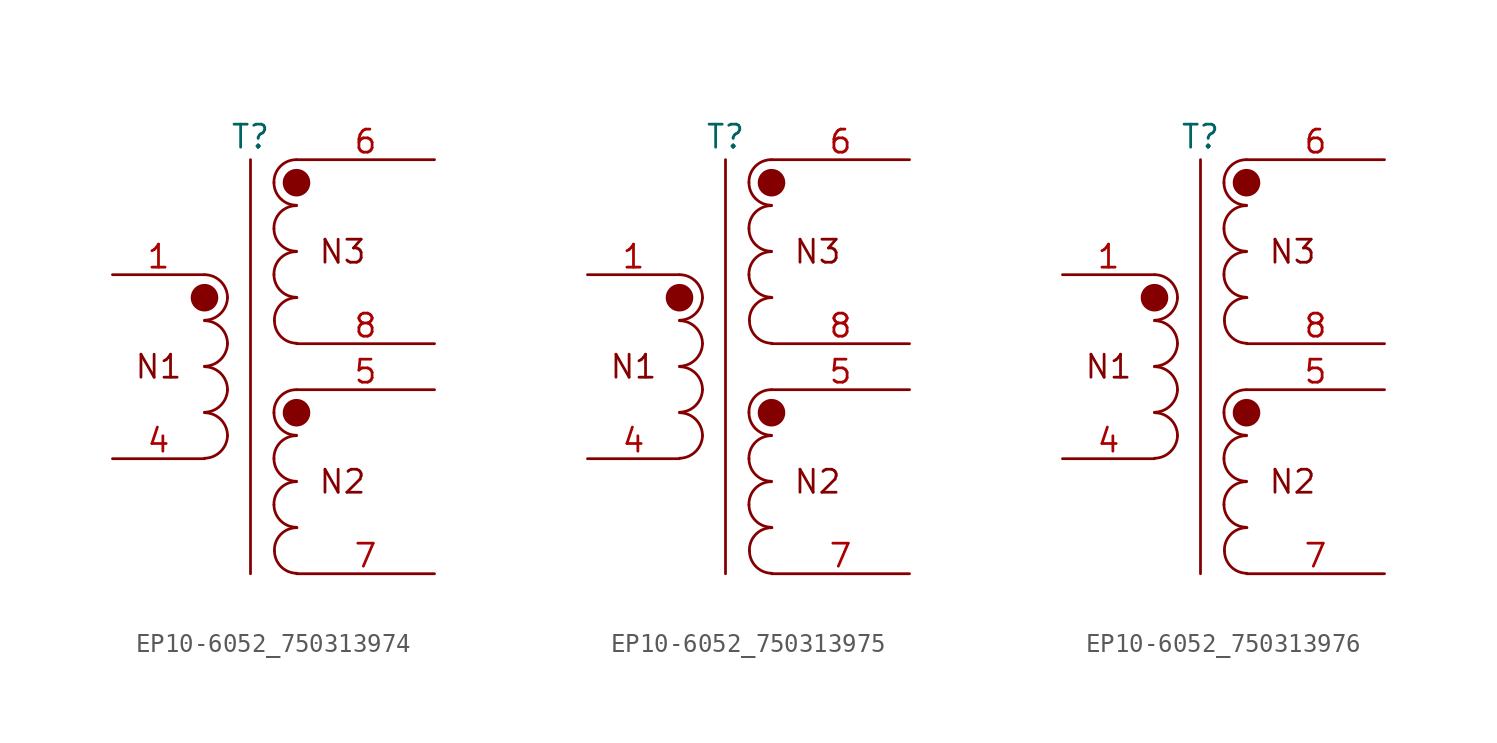
<source format=kicad_sym>
(kicad_symbol_lib
  (version 20220914)
  (generator kicad_symbol_editor)
  (symbol "EP10-6052_750313974"
    (pin_names hide)
    (property "Reference" "T"
      (at 0 12.7 0)
      (effects (font (size 1.27 1.27))))
    (property "Critical Parameter" ""
      (at 0 -5.08 0)
      (effects (font (size 1.27 1.27))))
    (symbol "EP10-6052_750313974_0_1"
      (arc (start -2.54 -5.0546) (mid -1.6561 -4.6863) (end -1.27 -3.81) (stroke (width 0) (type default)) (fill (type none)))
      (arc (start -2.54 -2.5146) (mid -1.6561 -2.1463) (end -1.27 -1.27) (stroke (width 0) (type default)) (fill (type none)))
      (arc (start -2.54 0.0254) (mid -1.6561 0.3937) (end -1.27 1.27) (stroke (width 0) (type default)) (fill (type none)))
      (arc (start -2.54 2.5654) (mid -1.6561 2.9337) (end -1.27 3.81) (stroke (width 0) (type default)) (fill (type none)))
      (arc (start -1.27 -3.81) (mid -1.642 -2.912) (end -2.54 -2.54) (stroke (width 0) (type default)) (fill (type none)))
      (arc (start -1.27 -1.27) (mid -1.642 -0.372) (end -2.54 0) (stroke (width 0) (type default)) (fill (type none)))
      (arc (start -1.27 1.27) (mid -1.642 2.168) (end -2.54 2.54) (stroke (width 0) (type default)) (fill (type none)))
      (arc (start -1.27 3.81) (mid -1.642 4.708) (end -2.54 5.08) (stroke (width 0) (type default)) (fill (type none)))
      (polyline (pts (xy 0 11.43) (xy 0 -11.43)) (stroke (width 0) (type default)) (fill (type none)))
      (arc (start 1.2954 -7.62) (mid 1.6601 -8.4999) (end 2.54 -8.8646) (stroke (width 0) (type default)) (fill (type none)))
      (arc (start 1.2954 -5.08) (mid 1.6601 -5.9599) (end 2.54 -6.3246) (stroke (width 0) (type default)) (fill (type none)))
      (arc (start 1.2954 -2.54) (mid 1.6601 -3.4199) (end 2.54 -3.7846) (stroke (width 0) (type default)) (fill (type none)))
      (arc (start 1.2954 5.08) (mid 1.6601 4.2001) (end 2.54 3.8354) (stroke (width 0) (type default)) (fill (type none)))
      (arc (start 1.2954 7.62) (mid 1.6601 6.7401) (end 2.54 6.3754) (stroke (width 0) (type default)) (fill (type none)))
      (arc (start 1.2954 10.16) (mid 1.6601 9.2801) (end 2.54 8.9154) (stroke (width 0) (type default)) (fill (type none)))
      (arc (start 1.3208 -10.16) (mid 1.6855 -11.0399) (end 2.5654 -11.4046) (stroke (width 0) (type default)) (fill (type none)))
      (arc (start 1.3208 2.54) (mid 1.6855 1.6601) (end 2.5654 1.2954) (stroke (width 0) (type default)) (fill (type none)))
      (arc (start 2.54 -6.35) (mid 1.6461 -6.7188) (end 1.2954 -7.62) (stroke (width 0) (type default)) (fill (type none)))
      (arc (start 2.54 -3.81) (mid 1.6461 -4.1788) (end 1.2954 -5.08) (stroke (width 0) (type default)) (fill (type none)))
      (arc (start 2.54 -1.27) (mid 1.6461 -1.6388) (end 1.2954 -2.54) (stroke (width 0) (type default)) (fill (type none)))
      (arc (start 2.54 6.35) (mid 1.6461 5.9812) (end 1.2954 5.08) (stroke (width 0) (type default)) (fill (type none)))
      (arc (start 2.54 8.89) (mid 1.6461 8.5212) (end 1.2954 7.62) (stroke (width 0) (type default)) (fill (type none)))
      (arc (start 2.54 11.43) (mid 1.6461 11.0612) (end 1.2954 10.16) (stroke (width 0) (type default)) (fill (type none)))
      (arc (start 2.5654 -8.89) (mid 1.6706 -9.258) (end 1.3208 -10.16) (stroke (width 0) (type default)) (fill (type none)))
      (arc (start 2.5654 3.81) (mid 1.6706 3.442) (end 1.3208 2.54) (stroke (width 0) (type default)) (fill (type none))))
    (symbol "EP10-6052_750313974_1_1"
      (circle (center -2.54 3.81) (radius 0.0001) (stroke (width 0.762) (type default)) (fill (type none)))
      (circle (center 2.54 -2.54) (radius 0.0001) (stroke (width 0.762) (type default)) (fill (type none)))
      (circle (center 2.54 10.16) (radius 0.0001) (stroke (width 0.762) (type default)) (fill (type none)))
      (text "N1" (at -5.08 0 0) (effects (font (size 1.27 1.27))))
      (text "N2" (at 5.08 -6.35 0) (effects (font (size 1.27 1.27))))
      (text "N3" (at 5.08 6.35 0) (effects (font (size 1.27 1.27))))
      (pin passive line (at -7.62 5.08 0) (length 5.08) (name "1" (effects (font (size 1.27 1.27)))) (number "1" (effects (font (size 1.27 1.27)))))
      (pin passive line (at -7.62 -5.08 0) (length 5.08) (name "4" (effects (font (size 1.27 1.27)))) (number "4" (effects (font (size 1.27 1.27)))))
      (pin passive line (at 10.16 -1.27 180) (length 7.62) (name "5" (effects (font (size 1.27 1.27)))) (number "5" (effects (font (size 1.27 1.27)))))
      (pin passive line (at 10.16 11.43 180) (length 7.62) (name "6" (effects (font (size 1.27 1.27)))) (number "6" (effects (font (size 1.27 1.27)))))
      (pin passive line (at 10.16 -11.43 180) (length 7.62) (name "7" (effects (font (size 1.27 1.27)))) (number "7" (effects (font (size 1.27 1.27)))))
      (pin passive line (at 10.16 1.27 180) (length 7.62) (name "8" (effects (font (size 1.27 1.27)))) (number "8" (effects (font (size 1.27 1.27)))))))
  (symbol "EP10-6052_750313975"
    (pin_names hide)
    (property "Reference" "T"
      (at 0 12.7 0)
      (effects (font (size 1.27 1.27))))
    (property "Critical Parameter" ""
      (at 0 -5.08 0)
      (effects (font (size 1.27 1.27))))
    (symbol "EP10-6052_750313975_0_1"
      (arc (start -2.54 -5.0546) (mid -1.6561 -4.6863) (end -1.27 -3.81) (stroke (width 0) (type default)) (fill (type none)))
      (arc (start -2.54 -2.5146) (mid -1.6561 -2.1463) (end -1.27 -1.27) (stroke (width 0) (type default)) (fill (type none)))
      (arc (start -2.54 0.0254) (mid -1.6561 0.3937) (end -1.27 1.27) (stroke (width 0) (type default)) (fill (type none)))
      (arc (start -2.54 2.5654) (mid -1.6561 2.9337) (end -1.27 3.81) (stroke (width 0) (type default)) (fill (type none)))
      (arc (start -1.27 -3.81) (mid -1.642 -2.912) (end -2.54 -2.54) (stroke (width 0) (type default)) (fill (type none)))
      (arc (start -1.27 -1.27) (mid -1.642 -0.372) (end -2.54 0) (stroke (width 0) (type default)) (fill (type none)))
      (arc (start -1.27 1.27) (mid -1.642 2.168) (end -2.54 2.54) (stroke (width 0) (type default)) (fill (type none)))
      (arc (start -1.27 3.81) (mid -1.642 4.708) (end -2.54 5.08) (stroke (width 0) (type default)) (fill (type none)))
      (polyline (pts (xy 0 11.43) (xy 0 -11.43)) (stroke (width 0) (type default)) (fill (type none)))
      (arc (start 1.2954 -7.62) (mid 1.6601 -8.4999) (end 2.54 -8.8646) (stroke (width 0) (type default)) (fill (type none)))
      (arc (start 1.2954 -5.08) (mid 1.6601 -5.9599) (end 2.54 -6.3246) (stroke (width 0) (type default)) (fill (type none)))
      (arc (start 1.2954 -2.54) (mid 1.6601 -3.4199) (end 2.54 -3.7846) (stroke (width 0) (type default)) (fill (type none)))
      (arc (start 1.2954 5.08) (mid 1.6601 4.2001) (end 2.54 3.8354) (stroke (width 0) (type default)) (fill (type none)))
      (arc (start 1.2954 7.62) (mid 1.6601 6.7401) (end 2.54 6.3754) (stroke (width 0) (type default)) (fill (type none)))
      (arc (start 1.2954 10.16) (mid 1.6601 9.2801) (end 2.54 8.9154) (stroke (width 0) (type default)) (fill (type none)))
      (arc (start 1.3208 -10.16) (mid 1.6855 -11.0399) (end 2.5654 -11.4046) (stroke (width 0) (type default)) (fill (type none)))
      (arc (start 1.3208 2.54) (mid 1.6855 1.6601) (end 2.5654 1.2954) (stroke (width 0) (type default)) (fill (type none)))
      (arc (start 2.54 -6.35) (mid 1.6461 -6.7188) (end 1.2954 -7.62) (stroke (width 0) (type default)) (fill (type none)))
      (arc (start 2.54 -3.81) (mid 1.6461 -4.1788) (end 1.2954 -5.08) (stroke (width 0) (type default)) (fill (type none)))
      (arc (start 2.54 -1.27) (mid 1.6461 -1.6388) (end 1.2954 -2.54) (stroke (width 0) (type default)) (fill (type none)))
      (arc (start 2.54 6.35) (mid 1.6461 5.9812) (end 1.2954 5.08) (stroke (width 0) (type default)) (fill (type none)))
      (arc (start 2.54 8.89) (mid 1.6461 8.5212) (end 1.2954 7.62) (stroke (width 0) (type default)) (fill (type none)))
      (arc (start 2.54 11.43) (mid 1.6461 11.0612) (end 1.2954 10.16) (stroke (width 0) (type default)) (fill (type none)))
      (arc (start 2.5654 -8.89) (mid 1.6706 -9.258) (end 1.3208 -10.16) (stroke (width 0) (type default)) (fill (type none)))
      (arc (start 2.5654 3.81) (mid 1.6706 3.442) (end 1.3208 2.54) (stroke (width 0) (type default)) (fill (type none))))
    (symbol "EP10-6052_750313975_1_1"
      (circle (center -2.54 3.81) (radius 0.0001) (stroke (width 0.762) (type default)) (fill (type none)))
      (circle (center 2.54 -2.54) (radius 0.0001) (stroke (width 0.762) (type default)) (fill (type none)))
      (circle (center 2.54 10.16) (radius 0.0001) (stroke (width 0.762) (type default)) (fill (type none)))
      (text "N1" (at -5.08 0 0) (effects (font (size 1.27 1.27))))
      (text "N2" (at 5.08 -6.35 0) (effects (font (size 1.27 1.27))))
      (text "N3" (at 5.08 6.35 0) (effects (font (size 1.27 1.27))))
      (pin passive line (at -7.62 5.08 0) (length 5.08) (name "1" (effects (font (size 1.27 1.27)))) (number "1" (effects (font (size 1.27 1.27)))))
      (pin passive line (at -7.62 -5.08 0) (length 5.08) (name "4" (effects (font (size 1.27 1.27)))) (number "4" (effects (font (size 1.27 1.27)))))
      (pin passive line (at 10.16 -1.27 180) (length 7.62) (name "5" (effects (font (size 1.27 1.27)))) (number "5" (effects (font (size 1.27 1.27)))))
      (pin passive line (at 10.16 11.43 180) (length 7.62) (name "6" (effects (font (size 1.27 1.27)))) (number "6" (effects (font (size 1.27 1.27)))))
      (pin passive line (at 10.16 -11.43 180) (length 7.62) (name "7" (effects (font (size 1.27 1.27)))) (number "7" (effects (font (size 1.27 1.27)))))
      (pin passive line (at 10.16 1.27 180) (length 7.62) (name "8" (effects (font (size 1.27 1.27)))) (number "8" (effects (font (size 1.27 1.27)))))))
  (symbol "EP10-6052_750313976"
    (pin_names hide)
    (property "Reference" "T"
      (at 0 12.7 0)
      (effects (font (size 1.27 1.27))))
    (property "Critical Parameter" ""
      (at 0 -5.08 0)
      (effects (font (size 1.27 1.27))))
    (symbol "EP10-6052_750313976_0_1"
      (arc (start -2.54 -5.0546) (mid -1.6561 -4.6863) (end -1.27 -3.81) (stroke (width 0) (type default)) (fill (type none)))
      (arc (start -2.54 -2.5146) (mid -1.6561 -2.1463) (end -1.27 -1.27) (stroke (width 0) (type default)) (fill (type none)))
      (arc (start -2.54 0.0254) (mid -1.6561 0.3937) (end -1.27 1.27) (stroke (width 0) (type default)) (fill (type none)))
      (arc (start -2.54 2.5654) (mid -1.6561 2.9337) (end -1.27 3.81) (stroke (width 0) (type default)) (fill (type none)))
      (arc (start -1.27 -3.81) (mid -1.642 -2.912) (end -2.54 -2.54) (stroke (width 0) (type default)) (fill (type none)))
      (arc (start -1.27 -1.27) (mid -1.642 -0.372) (end -2.54 0) (stroke (width 0) (type default)) (fill (type none)))
      (arc (start -1.27 1.27) (mid -1.642 2.168) (end -2.54 2.54) (stroke (width 0) (type default)) (fill (type none)))
      (arc (start -1.27 3.81) (mid -1.642 4.708) (end -2.54 5.08) (stroke (width 0) (type default)) (fill (type none)))
      (polyline (pts (xy 0 11.43) (xy 0 -11.43)) (stroke (width 0) (type default)) (fill (type none)))
      (arc (start 1.2954 -7.62) (mid 1.6601 -8.4999) (end 2.54 -8.8646) (stroke (width 0) (type default)) (fill (type none)))
      (arc (start 1.2954 -5.08) (mid 1.6601 -5.9599) (end 2.54 -6.3246) (stroke (width 0) (type default)) (fill (type none)))
      (arc (start 1.2954 -2.54) (mid 1.6601 -3.4199) (end 2.54 -3.7846) (stroke (width 0) (type default)) (fill (type none)))
      (arc (start 1.2954 5.08) (mid 1.6601 4.2001) (end 2.54 3.8354) (stroke (width 0) (type default)) (fill (type none)))
      (arc (start 1.2954 7.62) (mid 1.6601 6.7401) (end 2.54 6.3754) (stroke (width 0) (type default)) (fill (type none)))
      (arc (start 1.2954 10.16) (mid 1.6601 9.2801) (end 2.54 8.9154) (stroke (width 0) (type default)) (fill (type none)))
      (arc (start 1.3208 -10.16) (mid 1.6855 -11.0399) (end 2.5654 -11.4046) (stroke (width 0) (type default)) (fill (type none)))
      (arc (start 1.3208 2.54) (mid 1.6855 1.6601) (end 2.5654 1.2954) (stroke (width 0) (type default)) (fill (type none)))
      (arc (start 2.54 -6.35) (mid 1.6461 -6.7188) (end 1.2954 -7.62) (stroke (width 0) (type default)) (fill (type none)))
      (arc (start 2.54 -3.81) (mid 1.6461 -4.1788) (end 1.2954 -5.08) (stroke (width 0) (type default)) (fill (type none)))
      (arc (start 2.54 -1.27) (mid 1.6461 -1.6388) (end 1.2954 -2.54) (stroke (width 0) (type default)) (fill (type none)))
      (arc (start 2.54 6.35) (mid 1.6461 5.9812) (end 1.2954 5.08) (stroke (width 0) (type default)) (fill (type none)))
      (arc (start 2.54 8.89) (mid 1.6461 8.5212) (end 1.2954 7.62) (stroke (width 0) (type default)) (fill (type none)))
      (arc (start 2.54 11.43) (mid 1.6461 11.0612) (end 1.2954 10.16) (stroke (width 0) (type default)) (fill (type none)))
      (arc (start 2.5654 -8.89) (mid 1.6706 -9.258) (end 1.3208 -10.16) (stroke (width 0) (type default)) (fill (type none)))
      (arc (start 2.5654 3.81) (mid 1.6706 3.442) (end 1.3208 2.54) (stroke (width 0) (type default)) (fill (type none))))
    (symbol "EP10-6052_750313976_1_1"
      (circle (center -2.54 3.81) (radius 0.0001) (stroke (width 0.762) (type default)) (fill (type none)))
      (circle (center 2.54 -2.54) (radius 0.0001) (stroke (width 0.762) (type default)) (fill (type none)))
      (circle (center 2.54 10.16) (radius 0.0001) (stroke (width 0.762) (type default)) (fill (type none)))
      (text "N1" (at -5.08 0 0) (effects (font (size 1.27 1.27))))
      (text "N2" (at 5.08 -6.35 0) (effects (font (size 1.27 1.27))))
      (text "N3" (at 5.08 6.35 0) (effects (font (size 1.27 1.27))))
      (pin passive line (at -7.62 5.08 0) (length 5.08) (name "1" (effects (font (size 1.27 1.27)))) (number "1" (effects (font (size 1.27 1.27)))))
      (pin passive line (at -7.62 -5.08 0) (length 5.08) (name "4" (effects (font (size 1.27 1.27)))) (number "4" (effects (font (size 1.27 1.27)))))
      (pin passive line (at 10.16 -1.27 180) (length 7.62) (name "5" (effects (font (size 1.27 1.27)))) (number "5" (effects (font (size 1.27 1.27)))))
      (pin passive line (at 10.16 11.43 180) (length 7.62) (name "6" (effects (font (size 1.27 1.27)))) (number "6" (effects (font (size 1.27 1.27)))))
      (pin passive line (at 10.16 -11.43 180) (length 7.62) (name "7" (effects (font (size 1.27 1.27)))) (number "7" (effects (font (size 1.27 1.27)))))
      (pin passive line (at 10.16 1.27 180) (length 7.62) (name "8" (effects (font (size 1.27 1.27)))) (number "8" (effects (font (size 1.27 1.27))))))))
</source>
